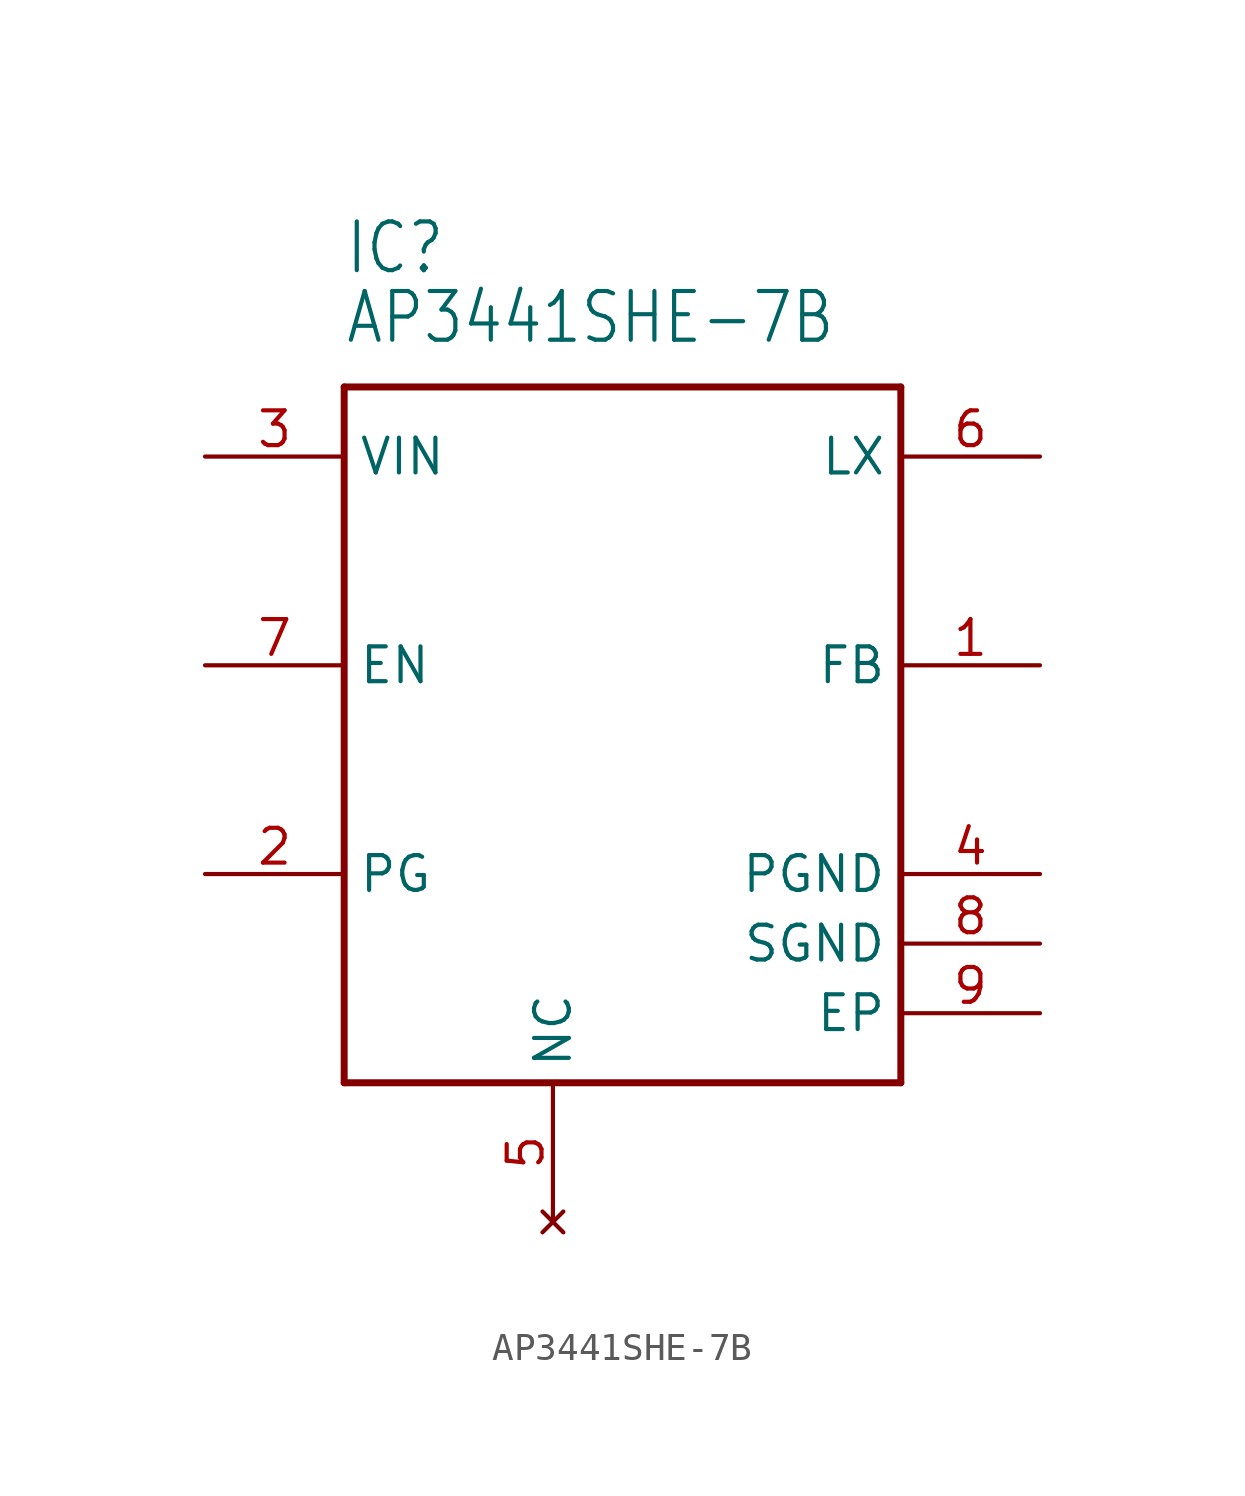
<source format=kicad_sym>
(kicad_symbol_lib
  (version 20211014)
  (generator kicad_symbol_editor)
  (symbol "AP3441SHE-7B"
    (property "Reference" "IC"
      (at 5.08 15.24 0)
      (effects (font (size 1.778 1.511)) (justify left)))
    (property "Value" "AP3441SHE-7B"
      (at 5.08 12.7 0)
      (effects (font (size 1.778 1.511)) (justify left)))
    (property "ki_locked" ""
      (at 0 0 0)
      (effects (font (size 1.27 1.27))))
    (symbol "AP3441SHE-7B_1_0"
      (polyline (pts (xy 5.08 10.16) (xy 5.08 -15.24)) (stroke (width 0.254) (type default) (color 0 0 0 0)) (fill (type none)))
      (polyline (pts (xy 5.08 10.16) (xy 25.4 10.16)) (stroke (width 0.254) (type default) (color 0 0 0 0)) (fill (type none)))
      (polyline (pts (xy 25.4 -15.24) (xy 5.08 -15.24)) (stroke (width 0.254) (type default) (color 0 0 0 0)) (fill (type none)))
      (polyline (pts (xy 25.4 -15.24) (xy 25.4 10.16)) (stroke (width 0.254) (type default) (color 0 0 0 0)) (fill (type none)))
      (pin bidirectional line (at 30.48 0 180) (length 5.08) (name "FB" (effects (font (size 1.27 1.27)))) (number "1" (effects (font (size 1.27 1.27)))))
      (pin bidirectional line (at 0 -7.62 0) (length 5.08) (name "PG" (effects (font (size 1.27 1.27)))) (number "2" (effects (font (size 1.27 1.27)))))
      (pin bidirectional line (at 0 7.62 0) (length 5.08) (name "VIN" (effects (font (size 1.27 1.27)))) (number "3" (effects (font (size 1.27 1.27)))))
      (pin bidirectional line (at 30.48 -7.62 180) (length 5.08) (name "PGND" (effects (font (size 1.27 1.27)))) (number "4" (effects (font (size 1.27 1.27)))))
      (pin no_connect line (at 12.7 -20.32 90) (length 5.08) (name "NC" (effects (font (size 1.27 1.27)))) (number "5" (effects (font (size 1.27 1.27)))))
      (pin bidirectional line (at 30.48 7.62 180) (length 5.08) (name "LX" (effects (font (size 1.27 1.27)))) (number "6" (effects (font (size 1.27 1.27)))))
      (pin bidirectional line (at 0 0 0) (length 5.08) (name "EN" (effects (font (size 1.27 1.27)))) (number "7" (effects (font (size 1.27 1.27)))))
      (pin bidirectional line (at 30.48 -10.16 180) (length 5.08) (name "SGND" (effects (font (size 1.27 1.27)))) (number "8" (effects (font (size 1.27 1.27)))))
      (pin bidirectional line (at 30.48 -12.7 180) (length 5.08) (name "EP" (effects (font (size 1.27 1.27)))) (number "9" (effects (font (size 1.27 1.27))))))))
</source>
